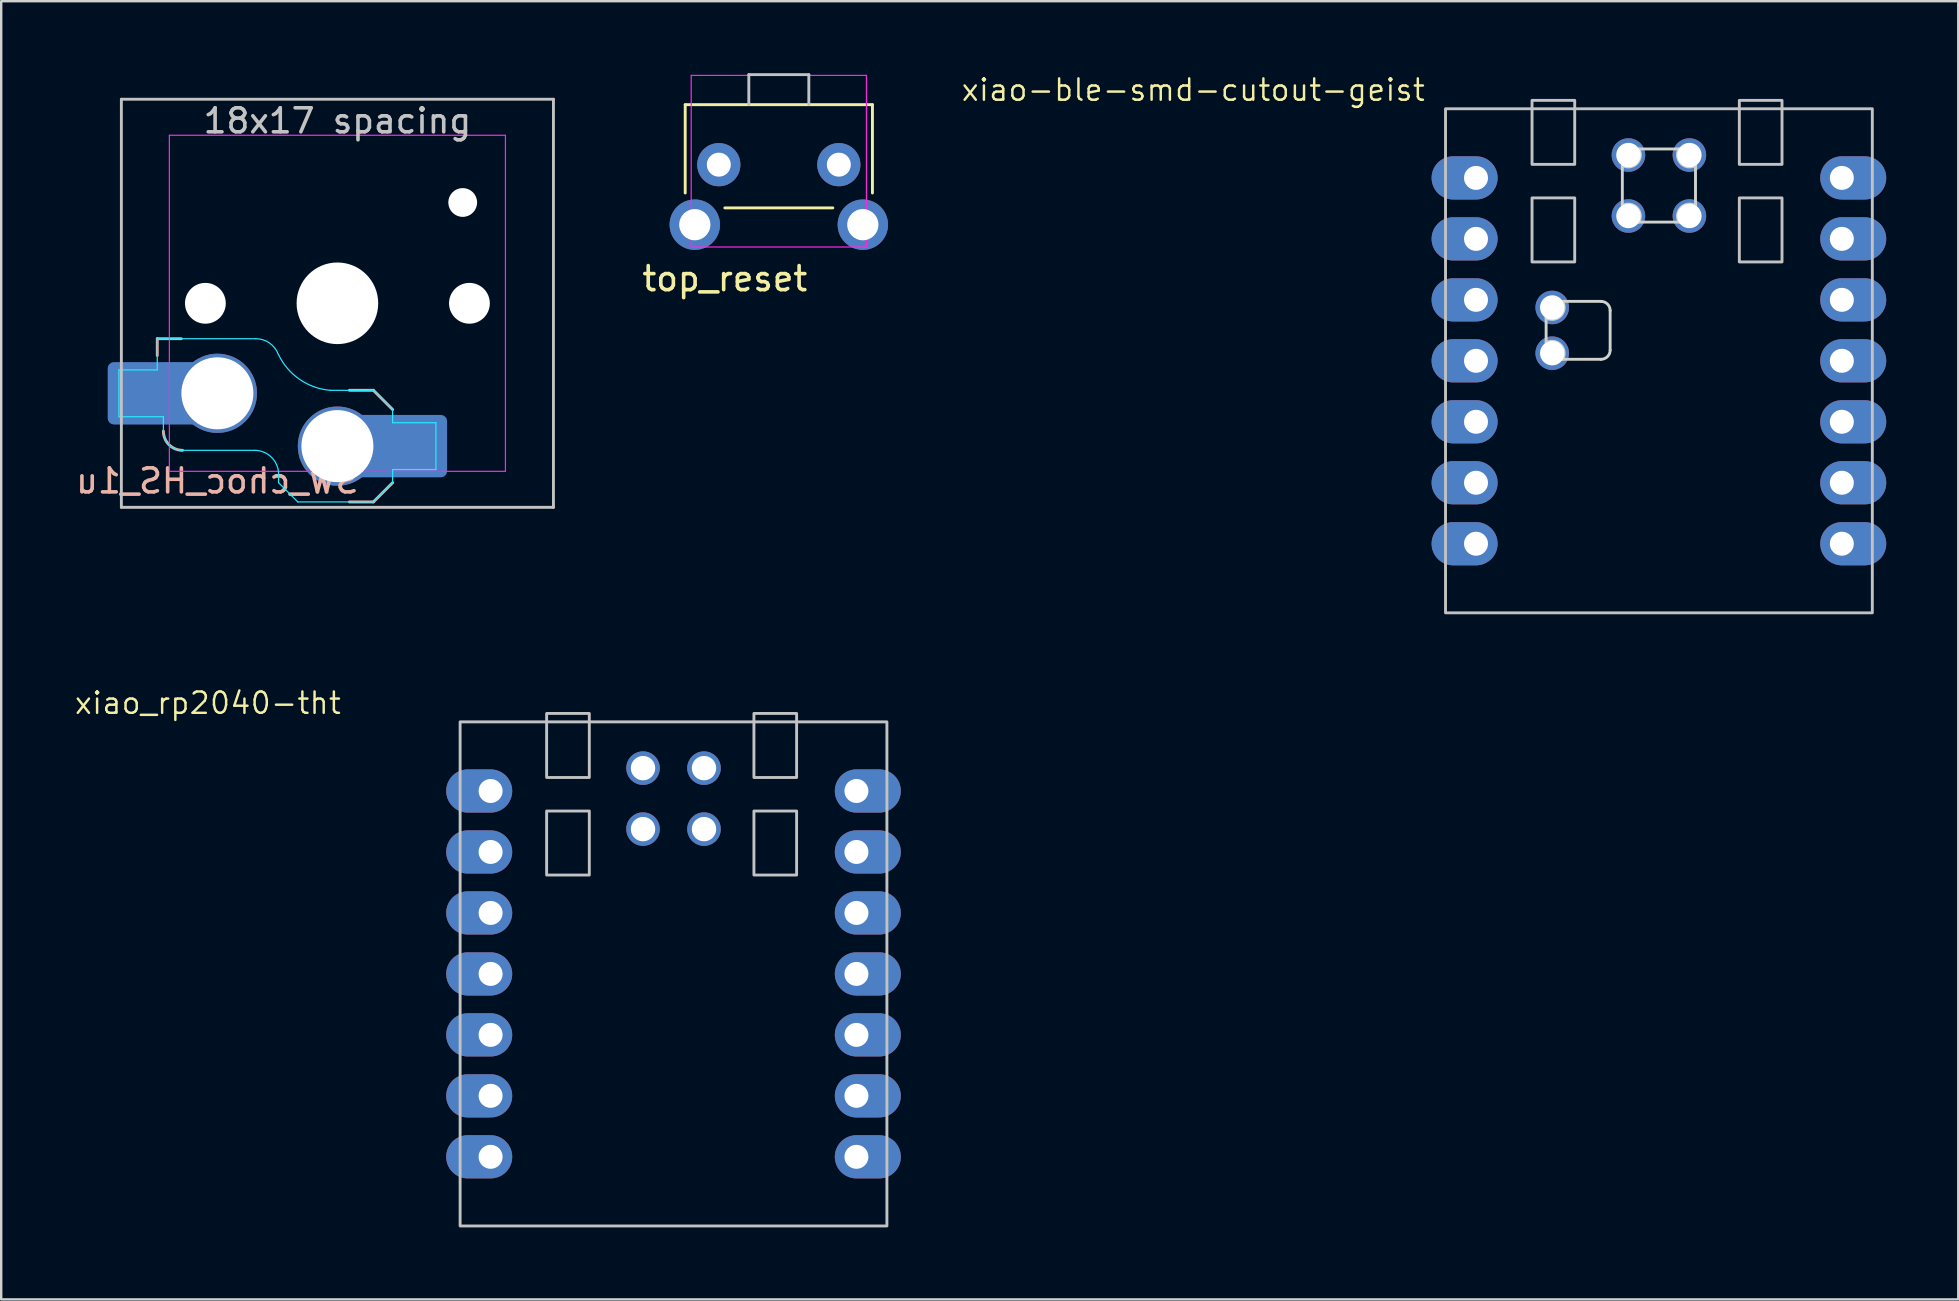
<source format=kicad_pcb>
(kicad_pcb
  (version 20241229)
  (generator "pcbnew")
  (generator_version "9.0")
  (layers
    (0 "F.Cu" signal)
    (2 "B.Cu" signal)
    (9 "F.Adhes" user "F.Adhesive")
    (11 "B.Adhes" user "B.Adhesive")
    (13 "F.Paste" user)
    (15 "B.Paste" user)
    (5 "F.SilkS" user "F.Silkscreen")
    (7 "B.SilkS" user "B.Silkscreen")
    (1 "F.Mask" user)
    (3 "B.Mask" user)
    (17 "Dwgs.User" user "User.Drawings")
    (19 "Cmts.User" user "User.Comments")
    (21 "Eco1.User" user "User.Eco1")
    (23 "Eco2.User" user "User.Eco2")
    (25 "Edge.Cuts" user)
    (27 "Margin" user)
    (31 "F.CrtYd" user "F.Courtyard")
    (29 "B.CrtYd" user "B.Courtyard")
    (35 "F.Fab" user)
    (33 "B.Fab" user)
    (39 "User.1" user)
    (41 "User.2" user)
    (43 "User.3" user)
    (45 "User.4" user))
  (footprint "xiao-ble-smd-cutout-geist"
    (layer "F.Cu")
    (at 66.059 11.981)
    (property "Reference" "xiao-ble-smd-cutout-geist" (at -19.399 -11.283 0) (layer "F.SilkS") (effects (font (size 0.889 0.889) (thickness 0.102))))
    (attr smd exclude_from_pos_files)
    (fp_rect (start -8.89 10.5) (end 8.89 -10.5) (stroke (width 0.12) (type solid)) (fill no) (layer "Dwgs.User"))
    (fp_rect (start -5.286 -6.786) (end -3.508 -4.119) (stroke (width 0.12) (type solid)) (fill no) (layer "Dwgs.User"))
    (fp_rect (start -3.508 -8.183) (end -5.286 -10.85) (stroke (width 0.12) (type solid)) (fill no) (layer "Dwgs.User"))
    (fp_rect (start 3.35 -10.85) (end 5.128 -8.183) (stroke (width 0.12) (type solid)) (fill no) (layer "Dwgs.User"))
    (fp_rect (start 3.35 -6.786) (end 5.128 -4.119) (stroke (width 0.12) (type solid)) (fill no) (layer "Dwgs.User"))
    (fp_line (start -4.699 -0.749) (end -4.699 -1.79) (stroke (width 0.12) (type solid)) (layer "Edge.Cuts"))
    (fp_line (start -4.013 -2.476) (end -2.413 -2.476) (stroke (width 0.12) (type solid)) (layer "Edge.Cuts"))
    (fp_line (start -2.413 -0.063) (end -4.013 -0.063) (stroke (width 0.12) (type solid)) (layer "Edge.Cuts"))
    (fp_line (start -2.032 -2.095) (end -2.032 -0.444) (stroke (width 0.12) (type solid)) (layer "Edge.Cuts"))
    (fp_line (start -1.524 -6.464) (end -1.524 -8.14) (stroke (width 0.12) (type solid)) (layer "Edge.Cuts"))
    (fp_line (start -0.838 -8.826) (end 0.838 -8.826) (stroke (width 0.12) (type solid)) (layer "Edge.Cuts"))
    (fp_line (start -0.838 -5.778) (end 0.838 -5.778) (stroke (width 0.12) (type solid)) (layer "Edge.Cuts"))
    (fp_line (start 1.524 -6.464) (end 1.524 -8.14) (stroke (width 0.12) (type solid)) (layer "Edge.Cuts"))
    (fp_arc (start -4.699 -0.7488) (mid -4.095391 -0.666609) (end -4.0132 -0.063) (stroke (width 0.12) (type solid)) (layer "Edge.Cuts"))
    (fp_arc (start -4.0132 -2.476) (mid -4.095391 -1.872391) (end -4.699 -1.7902) (stroke (width 0.12) (type solid)) (layer "Edge.Cuts"))
    (fp_arc (start -2.413 -2.476) (mid -2.143592 -2.364408) (end -2.032 -2.095) (stroke (width 0.12) (type solid)) (layer "Edge.Cuts"))
    (fp_arc (start -2.032 -0.444) (mid -2.143592 -0.174592) (end -2.413 -0.063) (stroke (width 0.12) (type solid)) (layer "Edge.Cuts"))
    (fp_arc (start -1.524 -6.4638) (mid -0.920391 -6.381609) (end -0.8382 -5.778) (stroke (width 0.12) (type solid)) (layer "Edge.Cuts"))
    (fp_arc (start -0.8382 -8.826) (mid -0.920391 -8.222391) (end -1.524 -8.1402) (stroke (width 0.12) (type solid)) (layer "Edge.Cuts"))
    (fp_arc (start 0.8382 -5.778) (mid 0.920391 -6.381609) (end 1.524 -6.4638) (stroke (width 0.12) (type solid)) (layer "Edge.Cuts"))
    (fp_arc (start 1.524 -8.1402) (mid 0.920391 -8.222391) (end 0.8382 -8.826) (stroke (width 0.12) (type solid)) (layer "Edge.Cuts"))
    (pad "1" thru_hole oval (at -7.62 -7.62) (size 2.75 1.8) (drill 1 (offset -0.475 0)) (layers "*.Cu" "*.Mask"))
    (pad "2" thru_hole oval (at -7.62 -5.08) (size 2.75 1.8) (drill 1 (offset -0.475 0)) (layers "*.Cu" "*.Mask"))
    (pad "3" thru_hole oval (at -7.62 -2.54) (size 2.75 1.8) (drill 1 (offset -0.475 0)) (layers "*.Cu" "*.Mask"))
    (pad "4" thru_hole oval (at -7.62 0) (size 2.75 1.8) (drill 1 (offset -0.475 0)) (layers "*.Cu" "*.Mask"))
    (pad "5" thru_hole oval (at -7.62 2.54) (size 2.75 1.8) (drill 1 (offset -0.475 0)) (layers "*.Cu" "*.Mask"))
    (pad "6" thru_hole oval (at -7.62 5.08) (size 2.75 1.8) (drill 1 (offset -0.475 0)) (layers "*.Cu" "*.Mask"))
    (pad "7" thru_hole oval (at -7.62 7.62) (size 2.75 1.8) (drill 1 (offset -0.475 0)) (layers "*.Cu" "*.Mask"))
    (pad "8" thru_hole oval (at 7.62 7.62 180) (size 2.75 1.8) (drill 1 (offset -0.475 0)) (layers "*.Cu" "*.Mask"))
    (pad "9" thru_hole oval (at 7.62 5.08 180) (size 2.75 1.8) (drill 1 (offset -0.475 0)) (layers "*.Cu" "*.Mask"))
    (pad "10" thru_hole oval (at 7.62 2.54 180) (size 2.75 1.8) (drill 1 (offset -0.475 0)) (layers "*.Cu" "*.Mask"))
    (pad "11" thru_hole oval (at 7.62 0 180) (size 2.75 1.8) (drill 1 (offset -0.475 0)) (layers "*.Cu" "*.Mask"))
    (pad "12" thru_hole oval (at 7.62 -2.54 180) (size 2.75 1.8) (drill 1 (offset -0.475 0)) (layers "*.Cu" "*.Mask"))
    (pad "13" thru_hole oval (at 7.62 -5.08 180) (size 2.75 1.8) (drill 1 (offset -0.475 0)) (layers "*.Cu" "*.Mask"))
    (pad "14" thru_hole oval (at 7.62 -7.62 180) (size 2.75 1.8) (drill 1 (offset -0.475 0)) (layers "*.Cu" "*.Mask"))
    (pad "15" thru_hole circle (at -1.27 -8.572 90) (size 1.397 1.397) (drill 1.016) (layers "*.Cu" "*.Mask"))
    (pad "16" thru_hole circle (at 1.27 -8.572 90) (size 1.397 1.397) (drill 1.016) (layers "*.Cu" "*.Mask"))
    (pad "17" thru_hole circle (at -1.27 -6.032 90) (size 1.397 1.397) (drill 1.016) (layers "*.Cu" "*.Mask"))
    (pad "18" thru_hole circle (at 1.27 -6.032 90) (size 1.397 1.397) (drill 1.016) (layers "*.Cu" "*.Mask"))
    (pad "19" thru_hole circle (at -4.445 -0.317 180) (size 1.397 1.397) (drill 1.016) (layers "*.Cu" "*.Mask"))
    (pad "20" thru_hole circle (at -4.445 -2.222 180) (size 1.397 1.397) (drill 1.016) (layers "*.Cu" "*.Mask")))
  (footprint "SW_choc_HS_1u"
    (layer "F.Cu")
    (at 11.006 9.585)
    (property "Reference" "SW_choc_HS_1u" (at -5 7.4 180) (layer "B.SilkS") (effects (font (size 1 1) (thickness 0.15)) (justify mirror)))
    (attr smd)
    (fp_line (start -7.504 1.475) (end -7.504 2.175) (stroke (width 0.12) (type solid)) (layer "B.SilkS"))
    (fp_line (start -7.504 1.475) (end -6.504 1.475) (stroke (width 0.12) (type solid)) (layer "B.SilkS"))
    (fp_line (start 1.5 3.625) (end 0.5 3.625) (stroke (width 0.12) (type solid)) (layer "B.SilkS"))
    (fp_line (start 1.5 3.625) (end 2.3 4.425) (stroke (width 0.12) (type solid)) (layer "B.SilkS"))
    (fp_line (start 1.5 8.275) (end 0.5 8.275) (stroke (width 0.12) (type solid)) (layer "B.SilkS"))
    (fp_line (start 2.3 7.475) (end 1.5 8.275) (stroke (width 0.12) (type solid)) (layer "B.SilkS"))
    (fp_arc (start -6.45 6.125) (mid -7.015685 5.890685) (end -7.25 5.325) (stroke (width 0.12) (type solid)) (layer "B.SilkS"))
    (fp_line (start -9 -8.5) (end 9 -8.5) (stroke (width 0.12) (type solid)) (layer "Dwgs.User"))
    (fp_line (start -9 8.5) (end -9 -8.5) (stroke (width 0.12) (type solid)) (layer "Dwgs.User"))
    (fp_line (start 9 -8.5) (end 9 8.5) (stroke (width 0.12) (type solid)) (layer "Dwgs.User"))
    (fp_line (start 9 8.5) (end -9 8.5) (stroke (width 0.12) (type solid)) (layer "Dwgs.User"))
    (fp_line (start -9.525 -9.525) (end -9.525 9.525) (stroke (width 0.12) (type solid)) (layer "Eco1.User"))
    (fp_line (start -9.525 9.525) (end 9.525 9.525) (stroke (width 0.12) (type solid)) (layer "Eco1.User"))
    (fp_line (start 9.525 -9.525) (end -9.525 -9.525) (stroke (width 0.12) (type solid)) (layer "Eco1.User"))
    (fp_line (start 9.525 9.525) (end 9.525 -9.525) (stroke (width 0.12) (type solid)) (layer "Eco1.User"))
    (fp_line (start -6.95 6.45) (end -6.95 -6.45) (stroke (width 0.05) (type solid)) (layer "Eco2.User"))
    (fp_line (start -6.45 -6.95) (end 6.45 -6.95) (stroke (width 0.05) (type solid)) (layer "Eco2.User"))
    (fp_line (start 6.45 6.95) (end -6.45 6.95) (stroke (width 0.05) (type solid)) (layer "Eco2.User"))
    (fp_line (start 6.95 -6.45) (end 6.95 6.45) (stroke (width 0.05) (type solid)) (layer "Eco2.User"))
    (fp_arc (start -6.95 -6.45) (mid -6.803553 -6.803553) (end -6.45 -6.95) (stroke (width 0.05) (type solid)) (layer "Eco2.User"))
    (fp_arc (start -6.45 6.95) (mid -6.803553 6.803553) (end -6.95 6.45) (stroke (width 0.05) (type solid)) (layer "Eco2.User"))
    (fp_arc (start 6.45 -6.95) (mid 6.803553 -6.803553) (end 6.95 -6.45) (stroke (width 0.05) (type solid)) (layer "Eco2.User"))
    (fp_arc (start 6.95 6.45) (mid 6.803553 6.803553) (end 6.45 6.95) (stroke (width 0.05) (type solid)) (layer "Eco2.User"))
    (fp_line (start -9.104 2.775) (end -7.504 2.775) (stroke (width 0.05) (type solid)) (layer "B.CrtYd"))
    (fp_line (start -9.104 4.725) (end -9.104 2.775) (stroke (width 0.05) (type solid)) (layer "B.CrtYd"))
    (fp_line (start -7.504 1.475) (end -7.504 2.175) (stroke (width 0.05) (type solid)) (layer "B.CrtYd"))
    (fp_line (start -7.504 1.475) (end -3.4 1.475) (stroke (width 0.05) (type solid)) (layer "B.CrtYd"))
    (fp_line (start -7.504 2.175) (end -7.504 2.775) (stroke (width 0.05) (type solid)) (layer "B.CrtYd"))
    (fp_line (start -7.25 4.725) (end -9.104 4.725) (stroke (width 0.05) (type solid)) (layer "B.CrtYd"))
    (fp_line (start -7.25 5.325) (end -7.25 4.725) (stroke (width 0.05) (type solid)) (layer "B.CrtYd"))
    (fp_line (start -3.45 6.125) (end -6.45 6.125) (stroke (width 0.05) (type solid)) (layer "B.CrtYd"))
    (fp_line (start -2.45 7.475) (end -2.45 7.125) (stroke (width 0.05) (type solid)) (layer "B.CrtYd"))
    (fp_line (start -2.45 7.475) (end -1.65 8.275) (stroke (width 0.05) (type solid)) (layer "B.CrtYd"))
    (fp_line (start 1.5 3.625) (end -0.3 3.625) (stroke (width 0.05) (type solid)) (layer "B.CrtYd"))
    (fp_line (start 1.5 3.625) (end 2.3 4.425) (stroke (width 0.05) (type solid)) (layer "B.CrtYd"))
    (fp_line (start 1.5 8.275) (end -1.65 8.275) (stroke (width 0.05) (type solid)) (layer "B.CrtYd"))
    (fp_line (start 2.3 4.975) (end 2.3 4.425) (stroke (width 0.05) (type solid)) (layer "B.CrtYd"))
    (fp_line (start 2.3 7.475) (end 1.5 8.275) (stroke (width 0.05) (type solid)) (layer "B.CrtYd"))
    (fp_line (start 2.3 7.475) (end 2.3 6.925) (stroke (width 0.05) (type solid)) (layer "B.CrtYd"))
    (fp_line (start 4.104 4.975) (end 2.3 4.975) (stroke (width 0.05) (type solid)) (layer "B.CrtYd"))
    (fp_line (start 4.104 4.975) (end 4.104 6.925) (stroke (width 0.05) (type solid)) (layer "B.CrtYd"))
    (fp_line (start 4.104 6.925) (end 2.3 6.925) (stroke (width 0.05) (type solid)) (layer "B.CrtYd"))
    (fp_arc (start -6.45 6.125) (mid -7.015685 5.890685) (end -7.25 5.325) (stroke (width 0.05) (type solid)) (layer "B.CrtYd"))
    (fp_arc (start -3.45 6.125) (mid -2.742893 6.417893) (end -2.45 7.125) (stroke (width 0.05) (type solid)) (layer "B.CrtYd"))
    (fp_arc (start -3.4 1.475) (mid -2.826423 1.655848) (end -2.460307 2.13298) (stroke (width 0.05) (type solid)) (layer "B.CrtYd"))
    (fp_arc (start -0.299999 3.624999) (mid -1.577272 3.167235) (end -2.455444 2.13293) (stroke (width 0.05) (type solid)) (layer "B.CrtYd"))
    (fp_line (start -7 -7) (end 7 -7) (stroke (width 0.05) (type solid)) (layer "F.CrtYd"))
    (fp_line (start -7 7) (end -7 -7) (stroke (width 0.05) (type solid)) (layer "F.CrtYd"))
    (fp_line (start 7 -7) (end 7 7) (stroke (width 0.05) (type solid)) (layer "F.CrtYd"))
    (fp_line (start 7 7) (end -7 7) (stroke (width 0.05) (type solid)) (layer "F.CrtYd"))
    (fp_text user "18x17 spacing" (at 0 -7.6 180) (layer "Dwgs.User") (effects (font (size 1 1) (thickness 0.15))))
    (fp_text user "19.05 spacing" (at 0 -8.7 180) (layer "Eco1.User") (effects (font (size 1 1) (thickness 0.15))))
    (pad "" np_thru_hole circle (at -5.5 0 180) (size 1.7 1.7) (drill 1.7) (layers "*.Cu" "*.Mask"))
    (pad "" np_thru_hole circle (at 0 0 180) (size 3.4 3.4) (drill 3.4) (layers "*.Cu" "*.Mask"))
    (pad "" np_thru_hole circle (at 5.22 -4.2 180) (size 1.2 1.2) (drill 1.2) (layers "*.Cu" "*.Mask"))
    (pad "" np_thru_hole circle (at 5.5 0 180) (size 1.7 1.7) (drill 1.7) (layers "*.Cu" "*.Mask"))
    (pad "1" thru_hole circle (at 0 5.95) (size 3.3 3.3) (drill 3) (layers "*.Cu" "B.Mask"))
    (pad "1" smd rect (at 1.55 5.95 180) (size 1.2 2.6) (layers "B.Cu"))
    (pad "1" smd roundrect (at 3.245 5.95) (size 2.65 2.6) (layers "B.Cu" "B.Mask" "B.Paste") (roundrect_rratio 0.1))
    (pad "2" smd roundrect (at -8.245 3.75) (size 2.65 2.6) (layers "B.Cu" "B.Mask" "B.Paste") (roundrect_rratio 0.1))
    (pad "2" smd rect (at -6.55 3.75) (size 1.2 2.6) (layers "B.Cu"))
    (pad "2" thru_hole circle (at -5 3.75) (size 3.3 3.3) (drill 3) (layers "*.Cu" "B.Mask")))
  (footprint "xiao_rp2040-tht"
    (layer "F.Cu")
    (at 25.008 37.522)
    (property "Reference" "xiao_rp2040-tht" (at -19.399 -11.283 0) (layer "F.SilkS") (effects (font (size 0.889 0.889) (thickness 0.102))))
    (attr smd exclude_from_pos_files)
    (fp_rect (start -8.89 10.5) (end 8.89 -10.5) (stroke (width 0.12) (type solid)) (fill no) (layer "Dwgs.User"))
    (fp_rect (start -5.286 -6.786) (end -3.508 -4.119) (stroke (width 0.12) (type solid)) (fill no) (layer "Dwgs.User"))
    (fp_rect (start -3.508 -8.183) (end -5.286 -10.85) (stroke (width 0.12) (type solid)) (fill no) (layer "Dwgs.User"))
    (fp_rect (start 3.35 -10.85) (end 5.128 -8.183) (stroke (width 0.12) (type solid)) (fill no) (layer "Dwgs.User"))
    (fp_rect (start 3.35 -6.786) (end 5.128 -4.119) (stroke (width 0.12) (type solid)) (fill no) (layer "Dwgs.User"))
    (pad "1" thru_hole oval (at -7.62 -7.62) (size 2.75 1.8) (drill 1 (offset -0.475 0)) (layers "*.Cu" "*.Mask"))
    (pad "2" thru_hole oval (at -7.62 -5.08) (size 2.75 1.8) (drill 1 (offset -0.475 0)) (layers "*.Cu" "*.Mask"))
    (pad "3" thru_hole oval (at -7.62 -2.54) (size 2.75 1.8) (drill 1 (offset -0.475 0)) (layers "*.Cu" "*.Mask"))
    (pad "4" thru_hole oval (at -7.62 0) (size 2.75 1.8) (drill 1 (offset -0.475 0)) (layers "*.Cu" "*.Mask"))
    (pad "5" thru_hole oval (at -7.62 2.54) (size 2.75 1.8) (drill 1 (offset -0.475 0)) (layers "*.Cu" "*.Mask"))
    (pad "6" thru_hole oval (at -7.62 5.08) (size 2.75 1.8) (drill 1 (offset -0.475 0)) (layers "*.Cu" "*.Mask"))
    (pad "7" thru_hole oval (at -7.62 7.62) (size 2.75 1.8) (drill 1 (offset -0.475 0)) (layers "*.Cu" "*.Mask"))
    (pad "8" thru_hole oval (at 7.62 7.62 180) (size 2.75 1.8) (drill 1 (offset -0.475 0)) (layers "*.Cu" "*.Mask"))
    (pad "9" thru_hole oval (at 7.62 5.08 180) (size 2.75 1.8) (drill 1 (offset -0.475 0)) (layers "*.Cu" "*.Mask"))
    (pad "10" thru_hole oval (at 7.62 2.54 180) (size 2.75 1.8) (drill 1 (offset -0.475 0)) (layers "*.Cu" "*.Mask"))
    (pad "11" thru_hole oval (at 7.62 0 180) (size 2.75 1.8) (drill 1 (offset -0.475 0)) (layers "*.Cu" "*.Mask"))
    (pad "12" thru_hole oval (at 7.62 -2.54 180) (size 2.75 1.8) (drill 1 (offset -0.475 0)) (layers "*.Cu" "*.Mask"))
    (pad "13" thru_hole oval (at 7.62 -5.08 180) (size 2.75 1.8) (drill 1 (offset -0.475 0)) (layers "*.Cu" "*.Mask"))
    (pad "14" thru_hole oval (at 7.62 -7.62 180) (size 2.75 1.8) (drill 1 (offset -0.475 0)) (layers "*.Cu" "*.Mask"))
    (pad "15" thru_hole circle (at -1.27 -8.572 90) (size 1.397 1.397) (drill 1.016) (layers "*.Cu" "*.Mask"))
    (pad "16" thru_hole circle (at 1.27 -8.572 90) (size 1.397 1.397) (drill 1.016) (layers "*.Cu" "*.Mask"))
    (pad "17" thru_hole circle (at -1.27 -6.032 90) (size 1.397 1.397) (drill 1.016) (layers "*.Cu" "*.Mask"))
    (pad "18" thru_hole circle (at 1.27 -6.032 90) (size 1.397 1.397) (drill 1.016) (layers "*.Cu" "*.Mask")))
  (footprint "top_reset"
    (layer "F.Cu")
    (at 29.395 5.06)
    (property "Reference" "top_reset" (at -2.25 3.5 0) (unlocked yes) (layer "F.SilkS") (effects (font (size 1 1) (thickness 0.15))))
    (attr through_hole)
    (fp_line (start -3.9 -3.75) (end 3.9 -3.75) (stroke (width 0.12) (type solid)) (layer "F.SilkS"))
    (fp_line (start -3.9 -0.07) (end -3.9 -3.75) (stroke (width 0.12) (type solid)) (layer "F.SilkS"))
    (fp_line (start -2.25 0.55) (end 2.25 0.55) (stroke (width 0.12) (type solid)) (layer "F.SilkS"))
    (fp_line (start 3.9 -0.07) (end 3.9 -3.75) (stroke (width 0.12) (type solid)) (layer "F.SilkS"))
    (fp_line (start -1.25 -5) (end 1.25 -5) (stroke (width 0.12) (type solid)) (layer "Dwgs.User"))
    (fp_line (start -1.25 -3.75) (end -1.25 -5) (stroke (width 0.12) (type solid)) (layer "Dwgs.User"))
    (fp_line (start 1.25 -3.75) (end 1.25 -5) (stroke (width 0.12) (type solid)) (layer "Dwgs.User"))
    (fp_line (start -3.65 -4.97) (end -3.65 2.18) (stroke (width 0.05) (type solid)) (layer "F.CrtYd"))
    (fp_line (start -3.65 -4.97) (end 3.65 -4.97) (stroke (width 0.05) (type solid)) (layer "F.CrtYd"))
    (fp_line (start -3.65 2.18) (end 3.65 2.18) (stroke (width 0.05) (type solid)) (layer "F.CrtYd"))
    (fp_line (start 3.65 -4.97) (end 3.65 2.18) (stroke (width 0.05) (type solid)) (layer "F.CrtYd"))
    (pad "1" thru_hole circle (at 2.5 -1.25) (size 1.8 1.8) (drill 1) (layers "*.Cu" "B.Mask"))
    (pad "2" thru_hole circle (at -2.5 -1.25) (size 1.8 1.8) (drill 1) (layers "*.Cu" "B.Mask"))
    (pad "MP" thru_hole circle (at -3.5 1.25) (size 2.1 2.1) (drill 1.3) (layers "*.Cu" "*.Mask"))
    (pad "MP" thru_hole circle (at 3.5 1.25) (size 2.1 2.1) (drill 1.3) (layers "*.Cu" "*.Mask")))
  (gr_rect
    (start -3 -3)
    (end 78.529 51.082)
    (stroke (width 0.1) (type default))
    (fill no)
    (layer "Edge.Cuts")))
</source>
